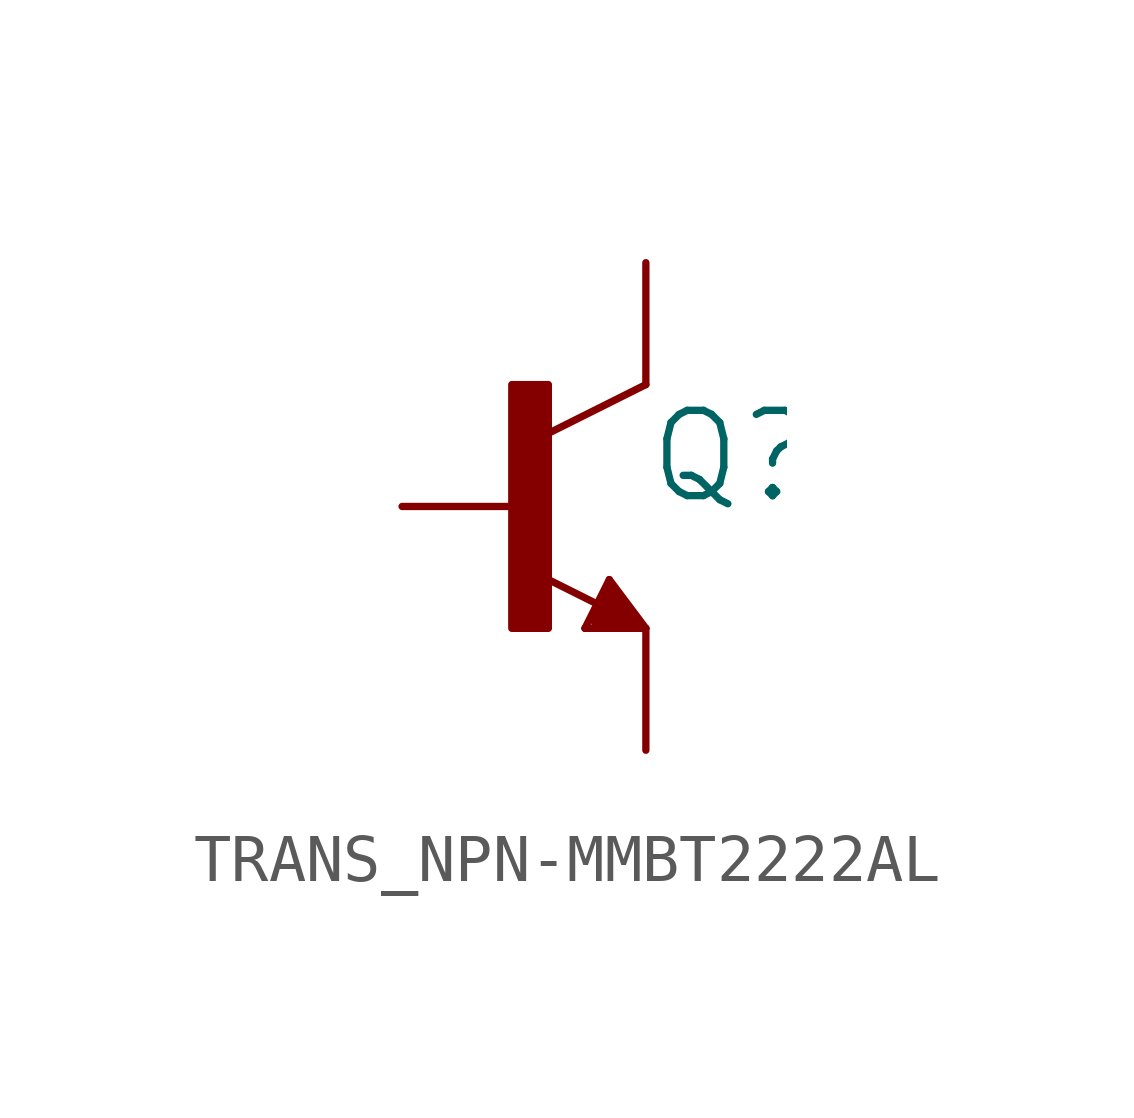
<source format=kicad_sym>
(kicad_symbol_lib
  (version 20241209)
  (generator "kicad_symbol_editor")
  (generator_version "9.0")
  (symbol "TRANS_NPN-MMBT2222AL"
    (property "Reference" "Q"
      (at 2.54 0 0)
      (effects (font (size 1.778 1.778)) (justify left bottom)))
    (property "Value" ""
      (at 2.54 -2.286 0)
      (effects (font (size 1.778 1.778)) (justify left bottom)))
    (property "ki_locked" ""
      (at 0 0 0)
      (effects (font (size 1.27 1.27))))
    (symbol "TRANS_NPN-MMBT2222AL_1_0"
      (rectangle (start -0.254 -2.54) (end 0.508 2.54) (stroke (width 0) (type default)) (fill (type outline)))
      (polyline (pts (xy 1.27 -2.54) (xy 1.778 -1.524)) (stroke (width 0.152) (type solid)) (fill (type none)))
      (polyline (pts (xy 1.524 -2.286) (xy 1.905 -2.286)) (stroke (width 0.254) (type solid)) (fill (type none)))
      (polyline (pts (xy 1.524 -2.413) (xy 2.286 -2.413)) (stroke (width 0.254) (type solid)) (fill (type none)))
      (polyline (pts (xy 1.54 -2.04) (xy 0.308 -1.424)) (stroke (width 0.152) (type solid)) (fill (type none)))
      (polyline (pts (xy 1.778 -1.524) (xy 2.54 -2.54)) (stroke (width 0.152) (type solid)) (fill (type none)))
      (polyline (pts (xy 1.778 -1.778) (xy 1.524 -2.286)) (stroke (width 0.254) (type solid)) (fill (type none)))
      (polyline (pts (xy 1.905 -2.286) (xy 1.778 -2.032)) (stroke (width 0.254) (type solid)) (fill (type none)))
      (polyline (pts (xy 2.286 -2.413) (xy 1.778 -1.778)) (stroke (width 0.254) (type solid)) (fill (type none)))
      (polyline (pts (xy 2.54 2.54) (xy 0.508 1.524)) (stroke (width 0.152) (type solid)) (fill (type none)))
      (polyline (pts (xy 2.54 -2.54) (xy 1.27 -2.54)) (stroke (width 0.152) (type solid)) (fill (type none)))
      (pin passive line (at -2.54 0 0) (length 2.54) (name "B" (effects (font (size 0 0)))) (number "1" (effects (font (size 0 0)))))
      (pin passive line (at 2.54 5.08 270) (length 2.54) (name "C" (effects (font (size 0 0)))) (number "3" (effects (font (size 0 0)))))
      (pin passive line (at 2.54 -5.08 90) (length 2.54) (name "E" (effects (font (size 0 0)))) (number "2" (effects (font (size 0 0))))))))
</source>
